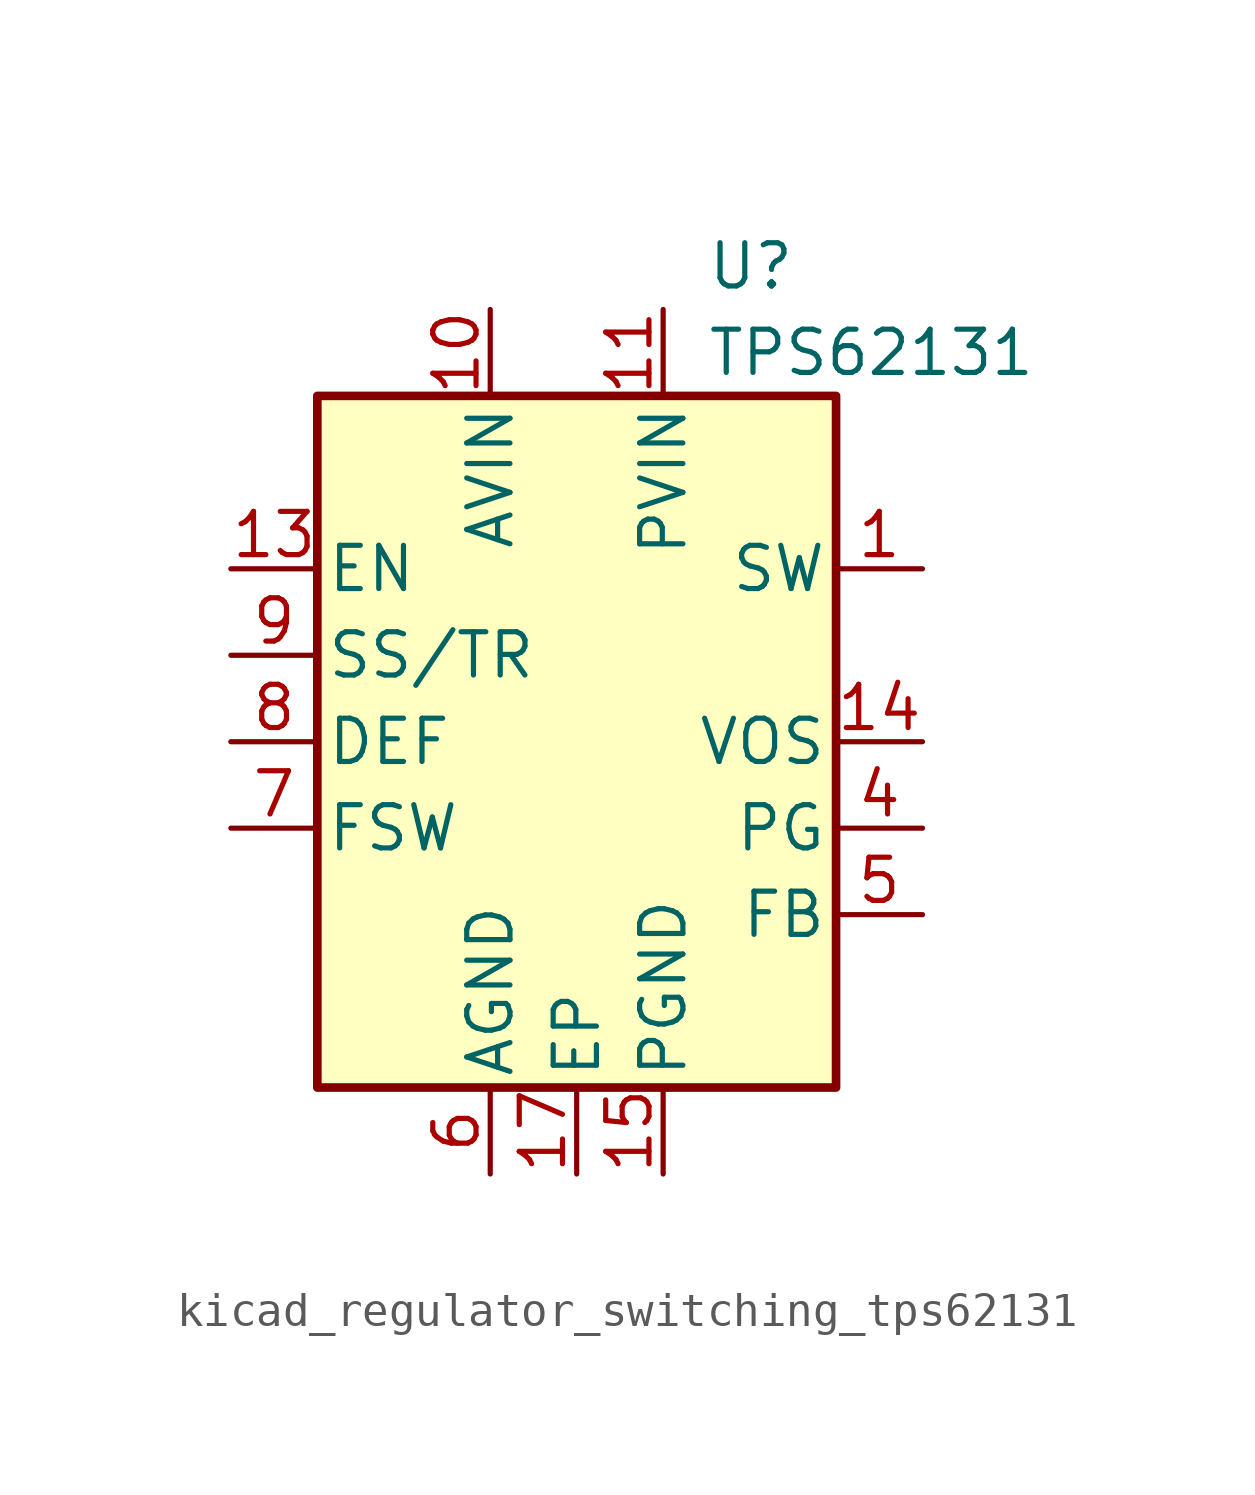
<source format=kicad_sym>
(kicad_symbol_lib
  (version 20220914)
  (generator kicad_symbol_editor)
  (symbol "kicad_regulator_switching_tps62131"
    (pin_names
      (offset 0.254))
    (property "Reference" "U"
      (at 3.81 13.97 0)
      (effects (font (size 1.27 1.27)) (justify left)))
    (property "Value" "TPS62131"
      (at 3.81 11.43 0)
      (effects (font (size 1.27 1.27)) (justify left)))
    (symbol "kicad_regulator_switching_tps62131_0_1"
      (rectangle (start -7.62 10.16) (end 7.62 -10.16) (stroke (width 0.254) (type default)) (fill (type background))))
    (symbol "kicad_regulator_switching_tps62131_1_1"
      (pin output line (at 10.16 5.08 180) (length 2.54) (name "SW" (effects (font (size 1.27 1.27)))) (number "1" (effects (font (size 1.27 1.27)))))
      (pin power_in line (at -2.54 12.7 270) (length 2.54) (name "AVIN" (effects (font (size 1.27 1.27)))) (number "10" (effects (font (size 1.27 1.27)))))
      (pin power_in line (at 2.54 12.7 270) (length 2.54) (name "PVIN" (effects (font (size 1.27 1.27)))) (number "11" (effects (font (size 1.27 1.27)))))
      (pin passive line (at 2.54 12.7 270) (length 2.54) hide (name "PVIN" (effects (font (size 1.27 1.27)))) (number "12" (effects (font (size 1.27 1.27)))))
      (pin input line (at -10.16 5.08 0) (length 2.54) (name "EN" (effects (font (size 1.27 1.27)))) (number "13" (effects (font (size 1.27 1.27)))))
      (pin input line (at 10.16 0 180) (length 2.54) (name "VOS" (effects (font (size 1.27 1.27)))) (number "14" (effects (font (size 1.27 1.27)))))
      (pin power_in line (at 2.54 -12.7 90) (length 2.54) (name "PGND" (effects (font (size 1.27 1.27)))) (number "15" (effects (font (size 1.27 1.27)))))
      (pin passive line (at 2.54 -12.7 90) (length 2.54) hide (name "PGND" (effects (font (size 1.27 1.27)))) (number "16" (effects (font (size 1.27 1.27)))))
      (pin power_in line (at 0 -12.7 90) (length 2.54) (name "EP" (effects (font (size 1.27 1.27)))) (number "17" (effects (font (size 1.27 1.27)))))
      (pin passive line (at 10.16 5.08 180) (length 2.54) hide (name "SW" (effects (font (size 1.27 1.27)))) (number "2" (effects (font (size 1.27 1.27)))))
      (pin passive line (at 10.16 5.08 180) (length 2.54) hide (name "SW" (effects (font (size 1.27 1.27)))) (number "3" (effects (font (size 1.27 1.27)))))
      (pin open_collector line (at 10.16 -2.54 180) (length 2.54) (name "PG" (effects (font (size 1.27 1.27)))) (number "4" (effects (font (size 1.27 1.27)))))
      (pin input line (at 10.16 -5.08 180) (length 2.54) (name "FB" (effects (font (size 1.27 1.27)))) (number "5" (effects (font (size 1.27 1.27)))))
      (pin power_in line (at -2.54 -12.7 90) (length 2.54) (name "AGND" (effects (font (size 1.27 1.27)))) (number "6" (effects (font (size 1.27 1.27)))))
      (pin input line (at -10.16 -2.54 0) (length 2.54) (name "FSW" (effects (font (size 1.27 1.27)))) (number "7" (effects (font (size 1.27 1.27)))))
      (pin input line (at -10.16 0 0) (length 2.54) (name "DEF" (effects (font (size 1.27 1.27)))) (number "8" (effects (font (size 1.27 1.27)))))
      (pin input line (at -10.16 2.54 0) (length 2.54) (name "SS/TR" (effects (font (size 1.27 1.27)))) (number "9" (effects (font (size 1.27 1.27))))))))
</source>
